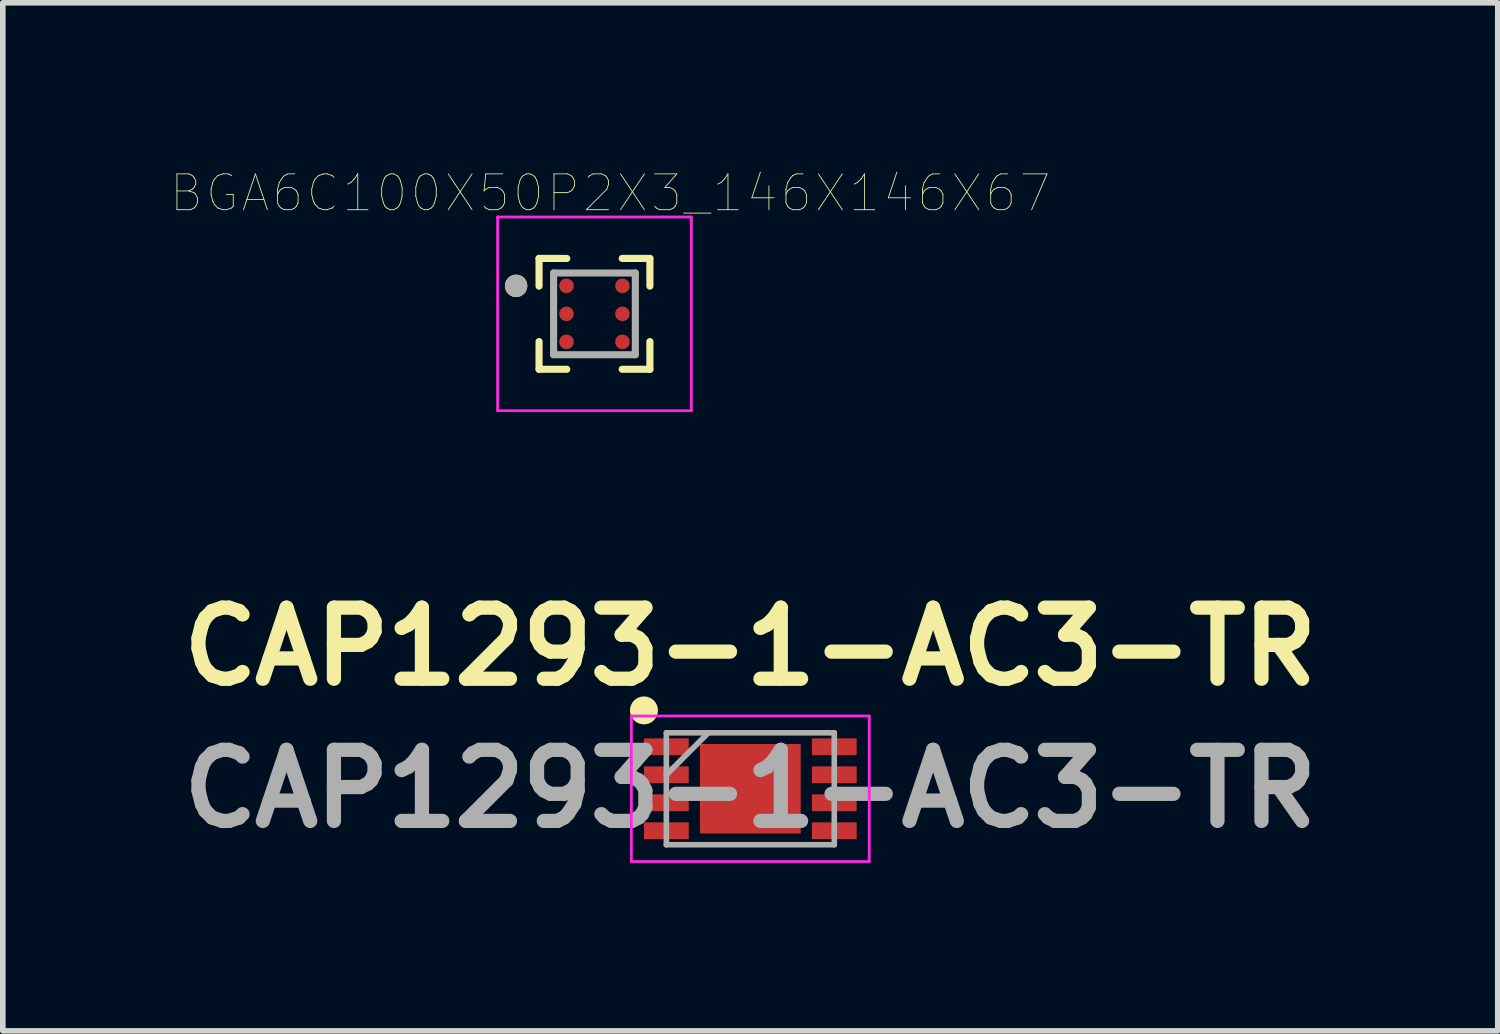
<source format=kicad_pcb>
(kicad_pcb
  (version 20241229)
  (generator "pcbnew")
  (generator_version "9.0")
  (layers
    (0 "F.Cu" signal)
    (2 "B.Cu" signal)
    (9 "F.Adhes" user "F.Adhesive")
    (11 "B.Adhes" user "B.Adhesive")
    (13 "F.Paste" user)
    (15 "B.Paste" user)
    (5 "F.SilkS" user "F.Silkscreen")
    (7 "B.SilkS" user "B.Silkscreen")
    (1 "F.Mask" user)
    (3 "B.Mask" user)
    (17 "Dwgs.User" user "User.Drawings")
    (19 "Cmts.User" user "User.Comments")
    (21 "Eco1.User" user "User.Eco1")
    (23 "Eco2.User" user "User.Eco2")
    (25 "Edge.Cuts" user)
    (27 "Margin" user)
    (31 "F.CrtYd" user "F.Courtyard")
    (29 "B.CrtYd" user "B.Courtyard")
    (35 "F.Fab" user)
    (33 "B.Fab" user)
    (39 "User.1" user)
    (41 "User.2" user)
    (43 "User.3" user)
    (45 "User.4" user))
  (footprint "BGA6C100X50P2X3_146X146X67"
    (layer "F.Cu")
    (at 7.57 2.557)
    (property "Reference" "BGA6C100X50P2X3_146X146X67" (at 0.282 -2.156 0) (layer "F.SilkS") (effects (font (size 0.64 0.64) (thickness 0.015))))
    (attr through_hole)
    (fp_line (start -0.99 -0.99) (end -0.495 -0.99) (stroke (width 0.127) (type solid)) (layer "F.SilkS"))
    (fp_line (start -0.99 -0.495) (end -0.99 -0.99) (stroke (width 0.127) (type solid)) (layer "F.SilkS"))
    (fp_line (start -0.99 0.99) (end -0.99 0.495) (stroke (width 0.127) (type solid)) (layer "F.SilkS"))
    (fp_line (start -0.495 0.99) (end -0.99 0.99) (stroke (width 0.127) (type solid)) (layer "F.SilkS"))
    (fp_line (start 0.495 -0.99) (end 0.99 -0.99) (stroke (width 0.127) (type solid)) (layer "F.SilkS"))
    (fp_line (start 0.99 -0.99) (end 0.99 -0.495) (stroke (width 0.127) (type solid)) (layer "F.SilkS"))
    (fp_line (start 0.99 0.495) (end 0.99 0.99) (stroke (width 0.127) (type solid)) (layer "F.SilkS"))
    (fp_line (start 0.99 0.99) (end 0.495 0.99) (stroke (width 0.127) (type solid)) (layer "F.SilkS"))
    (fp_circle (center -1.4 -0.5) (end -1.3 -0.5) (stroke (width 0.2) (type solid)) (fill no) (layer "F.SilkS"))
    (fp_line (start -1.73 -1.73) (end 1.73 -1.73) (stroke (width 0.05) (type solid)) (layer "F.CrtYd"))
    (fp_line (start -1.73 1.73) (end -1.73 -1.73) (stroke (width 0.05) (type solid)) (layer "F.CrtYd"))
    (fp_line (start 1.73 -1.73) (end 1.73 1.73) (stroke (width 0.05) (type solid)) (layer "F.CrtYd"))
    (fp_line (start 1.73 1.73) (end -1.73 1.73) (stroke (width 0.05) (type solid)) (layer "F.CrtYd"))
    (fp_line (start -0.73 -0.73) (end 0.73 -0.73) (stroke (width 0.127) (type solid)) (layer "F.Fab"))
    (fp_line (start -0.73 0.73) (end -0.73 -0.73) (stroke (width 0.127) (type solid)) (layer "F.Fab"))
    (fp_line (start 0.73 -0.73) (end 0.73 0.73) (stroke (width 0.127) (type solid)) (layer "F.Fab"))
    (fp_line (start 0.73 0.73) (end -0.73 0.73) (stroke (width 0.127) (type solid)) (layer "F.Fab"))
    (fp_circle (center -1.4 -0.5) (end -1.3 -0.5) (stroke (width 0.2) (type solid)) (fill no) (layer "F.Fab"))
    (pad "A1" smd circle (at -0.5 -0.5) (size 0.26 0.26) (layers "F.Cu" "F.Mask" "F.Paste"))
    (pad "A2" smd circle (at 0.5 -0.5) (size 0.26 0.26) (layers "F.Cu" "F.Mask" "F.Paste"))
    (pad "B1" smd circle (at -0.5 0) (size 0.26 0.26) (layers "F.Cu" "F.Mask" "F.Paste"))
    (pad "B2" smd circle (at 0.5 0) (size 0.26 0.26) (layers "F.Cu" "F.Mask" "F.Paste"))
    (pad "C1" smd circle (at -0.5 0.5) (size 0.26 0.26) (layers "F.Cu" "F.Mask" "F.Paste"))
    (pad "C2" smd circle (at 0.5 0.5) (size 0.26 0.26) (layers "F.Cu" "F.Mask" "F.Paste")))
  (footprint "CAP1293-1-AC3-TR"
    (layer "F.Cu")
    (at 10.354 11.041)
    (property "Reference" "CAP1293-1-AC3-TR" (at 0 -2.54 0) (layer "F.SilkS") (effects (font (size 1.27 1.27) (thickness 0.254))))
    (attr smd)
    (fp_circle (center -1.9 -1.4) (end -1.9 -1.275) (stroke (width 0.25) (type solid)) (fill no) (layer "F.SilkS"))
    (fp_line (start -2.125 -1.3) (end 2.125 -1.3) (stroke (width 0.05) (type solid)) (layer "F.CrtYd"))
    (fp_line (start -2.125 1.3) (end -2.125 -1.3) (stroke (width 0.05) (type solid)) (layer "F.CrtYd"))
    (fp_line (start 2.125 -1.3) (end 2.125 1.3) (stroke (width 0.05) (type solid)) (layer "F.CrtYd"))
    (fp_line (start 2.125 1.3) (end -2.125 1.3) (stroke (width 0.05) (type solid)) (layer "F.CrtYd"))
    (fp_line (start -1.5 -1) (end 1.5 -1) (stroke (width 0.1) (type solid)) (layer "F.Fab"))
    (fp_line (start -1.5 -0.25) (end -0.75 -1) (stroke (width 0.1) (type solid)) (layer "F.Fab"))
    (fp_line (start -1.5 1) (end -1.5 -1) (stroke (width 0.1) (type solid)) (layer "F.Fab"))
    (fp_line (start 1.5 -1) (end 1.5 1) (stroke (width 0.1) (type solid)) (layer "F.Fab"))
    (fp_line (start 1.5 1) (end -1.5 1) (stroke (width 0.1) (type solid)) (layer "F.Fab"))
    (fp_text user "${REFERENCE}" (at 0 0 0) (layer "F.Fab") (effects (font (size 1.27 1.27) (thickness 0.254))))
    (pad "1" smd rect (at -1.5 -0.75 90) (size 0.3 0.8) (layers "F.Cu" "F.Mask" "F.Paste"))
    (pad "2" smd rect (at -1.5 -0.25 90) (size 0.3 0.8) (layers "F.Cu" "F.Mask" "F.Paste"))
    (pad "3" smd rect (at -1.5 0.25 90) (size 0.3 0.8) (layers "F.Cu" "F.Mask" "F.Paste"))
    (pad "4" smd rect (at -1.5 0.75 90) (size 0.3 0.8) (layers "F.Cu" "F.Mask" "F.Paste"))
    (pad "5" smd rect (at 1.5 0.75 90) (size 0.3 0.8) (layers "F.Cu" "F.Mask" "F.Paste"))
    (pad "6" smd rect (at 1.5 0.25 90) (size 0.3 0.8) (layers "F.Cu" "F.Mask" "F.Paste"))
    (pad "7" smd rect (at 1.5 -0.25 90) (size 0.3 0.8) (layers "F.Cu" "F.Mask" "F.Paste"))
    (pad "8" smd rect (at 1.5 -0.75 90) (size 0.3 0.8) (layers "F.Cu" "F.Mask" "F.Paste"))
    (pad "9" smd rect (at 0 0 90) (size 1.6 1.8) (layers "F.Cu" "F.Mask" "F.Paste")))
  (gr_rect
    (start -3 -3)
    (end 23.707 15.366)
    (stroke (width 0.1) (type default))
    (fill no)
    (layer "Edge.Cuts")))
</source>
